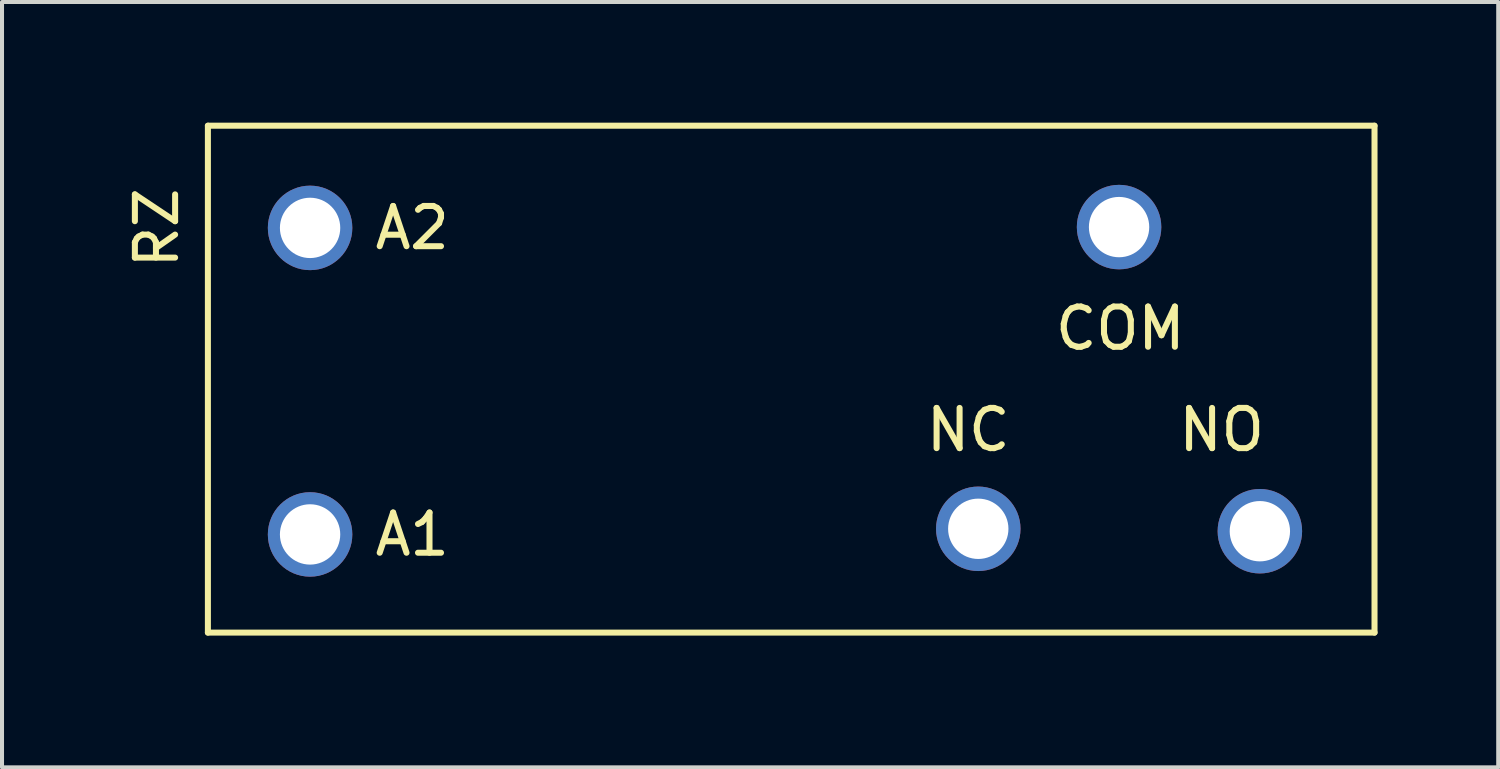
<source format=kicad_pcb>
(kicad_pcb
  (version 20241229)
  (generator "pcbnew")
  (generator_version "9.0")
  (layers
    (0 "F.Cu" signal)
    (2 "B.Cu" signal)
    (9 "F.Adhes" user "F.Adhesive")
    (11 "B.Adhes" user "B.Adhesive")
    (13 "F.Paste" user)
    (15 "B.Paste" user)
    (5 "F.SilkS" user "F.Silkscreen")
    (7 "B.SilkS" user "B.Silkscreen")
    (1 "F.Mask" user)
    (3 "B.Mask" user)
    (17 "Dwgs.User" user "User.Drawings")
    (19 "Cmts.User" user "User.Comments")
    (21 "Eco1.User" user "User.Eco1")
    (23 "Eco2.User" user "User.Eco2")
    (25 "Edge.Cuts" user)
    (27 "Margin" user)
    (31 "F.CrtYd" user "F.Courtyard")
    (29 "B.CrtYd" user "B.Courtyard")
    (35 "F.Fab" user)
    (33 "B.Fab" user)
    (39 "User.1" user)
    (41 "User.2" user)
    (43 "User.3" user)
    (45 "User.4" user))
  (footprint "RZ"
    (layer "F.Cu")
    (at 2.118 12.775)
    (property "Reference" "RZ" (at -1.27 -10.16 90) (layer "F.SilkS") (effects (font (size 1 1) (thickness 0.15))))
    (attr through_hole)
    (fp_line (start 0 -12.7) (end 0 -0.1) (stroke (width 0.15) (type solid)) (layer "F.SilkS"))
    (fp_line (start 0 -0.1) (end 29 -0.1) (stroke (width 0.15) (type solid)) (layer "F.SilkS"))
    (fp_line (start 29 -12.7) (end 0 -12.7) (stroke (width 0.15) (type solid)) (layer "F.SilkS"))
    (fp_line (start 29 -0.1) (end 29 -12.7) (stroke (width 0.15) (type solid)) (layer "F.SilkS"))
    (fp_text user "NC" (at 18.9 -5.14 180) (layer "F.SilkS") (effects (font (size 1 1) (thickness 0.15))))
    (fp_text user "COM" (at 22.68 -7.66 180) (layer "F.SilkS") (effects (font (size 1 1) (thickness 0.15))))
    (fp_text user "NO" (at 25.2 -5.14 180) (layer "F.SilkS") (effects (font (size 1 1) (thickness 0.15))))
    (fp_text user "A2" (at 5.08 -10.16 180) (layer "F.SilkS") (effects (font (size 1 1) (thickness 0.15))))
    (fp_text user "A1" (at 5.08 -2.54 180) (layer "F.SilkS") (effects (font (size 1 1) (thickness 0.15))))
    (pad "1" thru_hole circle (at 2.54 -2.54 180) (size 2.1 2.1) (drill 1.5) (layers "*.Cu" "*.Mask"))
    (pad "2" thru_hole circle (at 2.54 -10.16 180) (size 2.1 2.1) (drill 1.5) (layers "*.Cu" "*.Mask"))
    (pad "11" thru_hole circle (at 22.65 -10.18 180) (size 2.1 2.1) (drill 1.5) (layers "*.Cu" "*.Mask"))
    (pad "12" thru_hole circle (at 19.15 -2.68 180) (size 2.1 2.1) (drill 1.5) (layers "*.Cu" "*.Mask"))
    (pad "14" thru_hole circle (at 26.15 -2.62 180) (size 2.1 2.1) (drill 1.5) (layers "*.Cu" "*.Mask")))
  (gr_rect
    (start -3 -3)
    (end 34.193 16.025)
    (stroke (width 0.1) (type default))
    (fill no)
    (layer "Edge.Cuts")))
</source>
